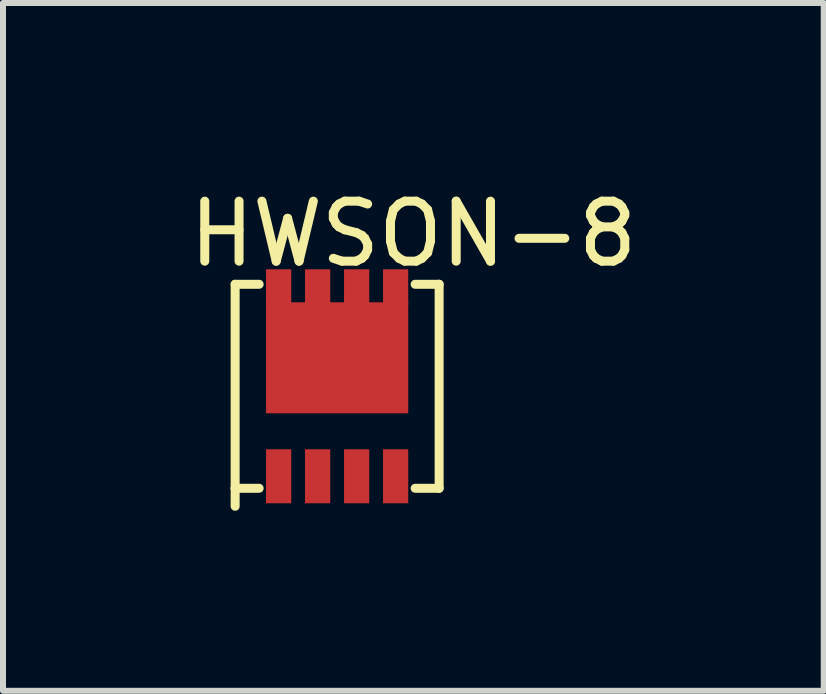
<source format=kicad_pcb>
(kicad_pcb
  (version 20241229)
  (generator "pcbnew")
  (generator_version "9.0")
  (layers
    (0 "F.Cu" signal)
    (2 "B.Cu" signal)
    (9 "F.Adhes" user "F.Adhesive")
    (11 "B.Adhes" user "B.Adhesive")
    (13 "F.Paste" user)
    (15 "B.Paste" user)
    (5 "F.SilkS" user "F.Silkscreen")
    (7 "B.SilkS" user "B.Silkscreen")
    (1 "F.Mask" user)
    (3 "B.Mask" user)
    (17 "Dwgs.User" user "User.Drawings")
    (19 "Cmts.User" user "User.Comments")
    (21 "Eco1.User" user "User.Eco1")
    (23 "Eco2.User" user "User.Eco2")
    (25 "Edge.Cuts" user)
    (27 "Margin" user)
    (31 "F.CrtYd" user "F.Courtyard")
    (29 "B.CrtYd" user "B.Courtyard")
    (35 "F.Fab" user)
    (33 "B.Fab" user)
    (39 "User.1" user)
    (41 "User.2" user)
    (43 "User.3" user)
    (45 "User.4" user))
  (footprint "HWSON-8"
    (layer "F.Cu")
    (at 2.569 3.388)
    (property "Reference" "HWSON-8" (at 1.27 -2.54 0) (layer "F.SilkS") (effects (font (size 1 1) (thickness 0.15))))
    (attr through_hole)
    (fp_line (start -1.7 -1.7) (end -1.7 1.7) (stroke (width 0.15) (type solid)) (layer "F.SilkS"))
    (fp_line (start -1.7 1.7) (end -1.7 2) (stroke (width 0.15) (type solid)) (layer "F.SilkS"))
    (fp_line (start -1.7 1.7) (end -1.3 1.7) (stroke (width 0.15) (type solid)) (layer "F.SilkS"))
    (fp_line (start -1.3 -1.7) (end -1.7 -1.7) (stroke (width 0.15) (type solid)) (layer "F.SilkS"))
    (fp_line (start 1.7 -1.7) (end 1.3 -1.7) (stroke (width 0.15) (type solid)) (layer "F.SilkS"))
    (fp_line (start 1.7 1.7) (end 1.3 1.7) (stroke (width 0.15) (type solid)) (layer "F.SilkS"))
    (fp_line (start 1.7 1.7) (end 1.7 -1.7) (stroke (width 0.15) (type solid)) (layer "F.SilkS"))
    (pad "1" smd rect (at -0.975 1.5) (size 0.42 0.9) (layers "F.Cu" "F.Mask" "F.Paste"))
    (pad "1" smd rect (at -0.325 1.5) (size 0.42 0.9) (layers "F.Cu" "F.Mask" "F.Paste"))
    (pad "1" smd rect (at 0.325 1.5) (size 0.42 0.9) (layers "F.Cu" "F.Mask" "F.Paste"))
    (pad "2" smd rect (at 0.975 1.5) (size 0.42 0.9) (layers "F.Cu" "F.Mask" "F.Paste"))
    (pad "3" smd rect (at -0.975 -1.65) (size 0.42 0.6) (layers "F.Cu" "F.Mask" "F.Paste"))
    (pad "3" smd rect (at -0.325 -1.65) (size 0.42 0.6) (layers "F.Cu" "F.Mask" "F.Paste"))
    (pad "3" smd rect (at 0 0.45) (size 2.37 1.85) (drill (offset 0 -0.925)) (layers "F.Cu" "F.Mask" "F.Paste"))
    (pad "3" smd rect (at 0.325 -1.65) (size 0.42 0.6) (layers "F.Cu" "F.Mask" "F.Paste"))
    (pad "3" smd rect (at 0.975 -1.65) (size 0.42 0.6) (layers "F.Cu" "F.Mask" "F.Paste")))
  (gr_rect
    (start -3 -3)
    (end 10.679 8.463)
    (stroke (width 0.1) (type default))
    (fill no)
    (layer "Edge.Cuts")))
</source>
